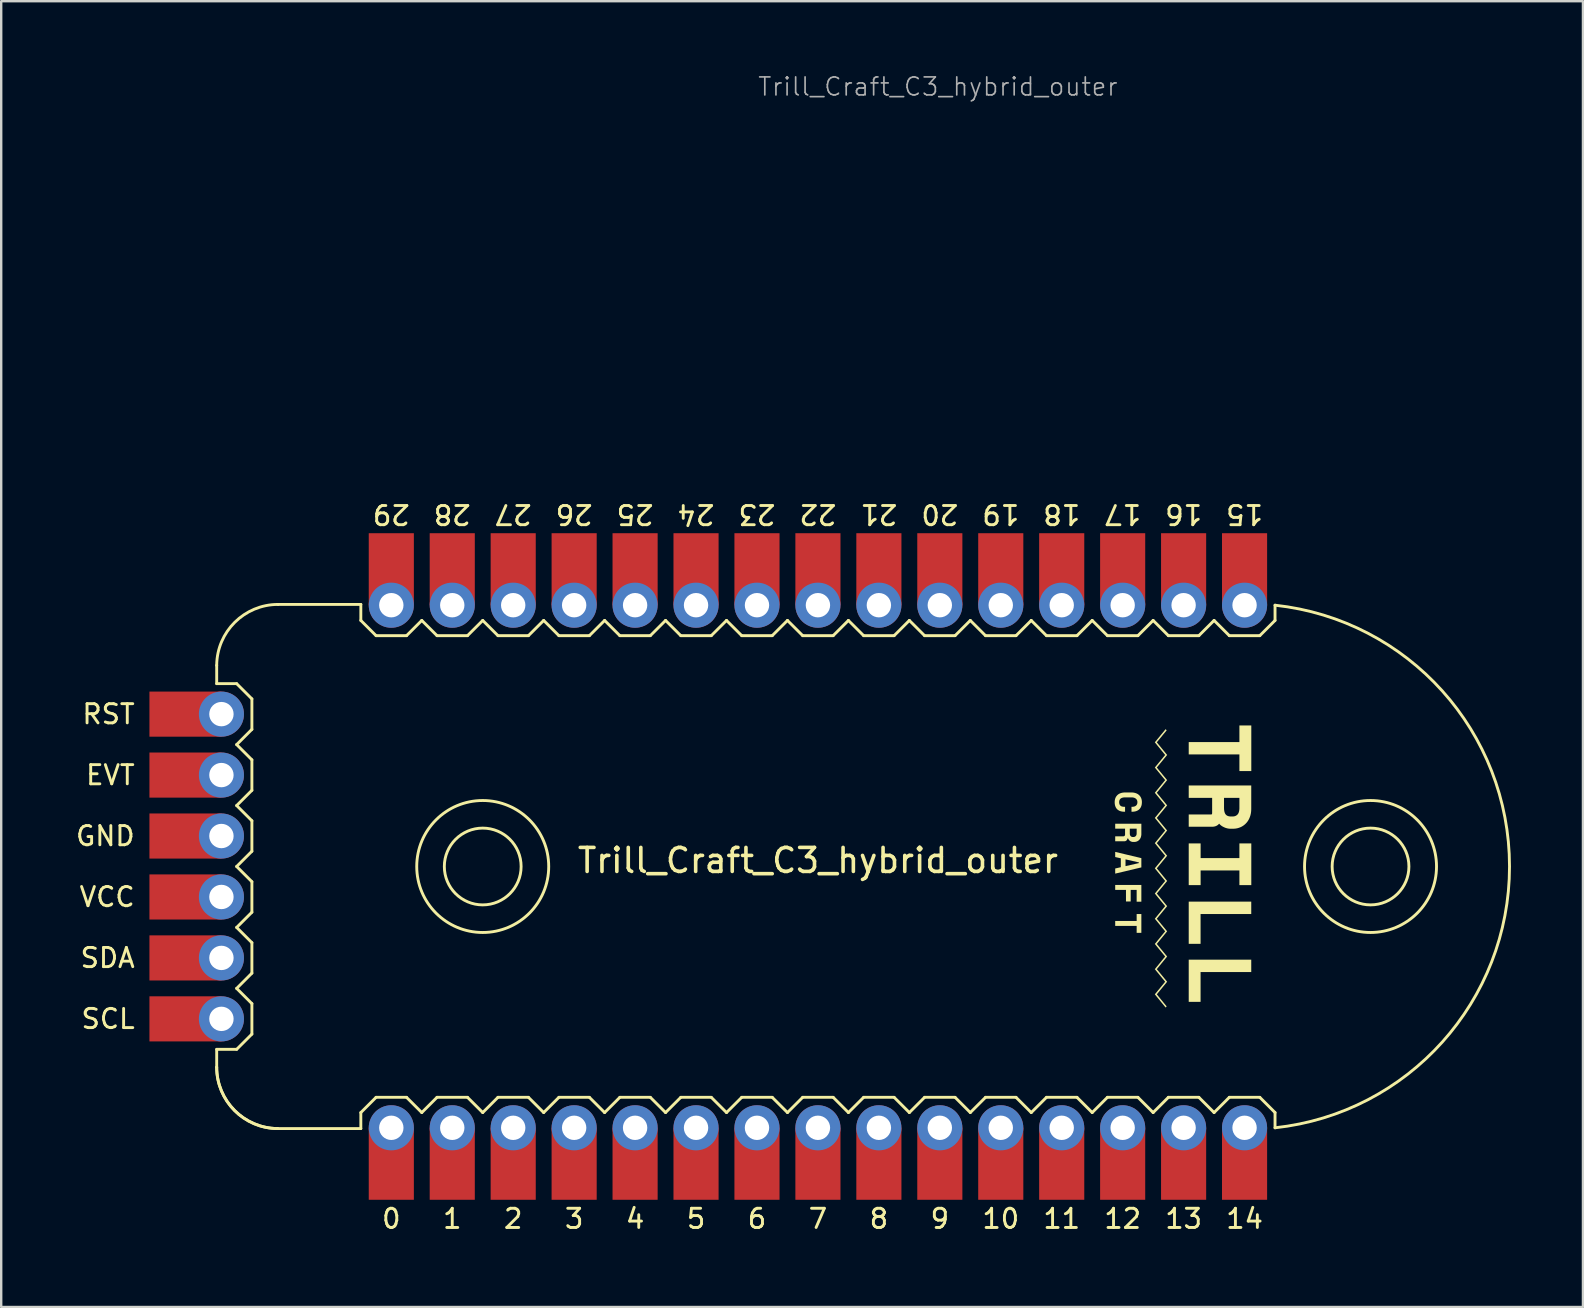
<source format=kicad_pcb>
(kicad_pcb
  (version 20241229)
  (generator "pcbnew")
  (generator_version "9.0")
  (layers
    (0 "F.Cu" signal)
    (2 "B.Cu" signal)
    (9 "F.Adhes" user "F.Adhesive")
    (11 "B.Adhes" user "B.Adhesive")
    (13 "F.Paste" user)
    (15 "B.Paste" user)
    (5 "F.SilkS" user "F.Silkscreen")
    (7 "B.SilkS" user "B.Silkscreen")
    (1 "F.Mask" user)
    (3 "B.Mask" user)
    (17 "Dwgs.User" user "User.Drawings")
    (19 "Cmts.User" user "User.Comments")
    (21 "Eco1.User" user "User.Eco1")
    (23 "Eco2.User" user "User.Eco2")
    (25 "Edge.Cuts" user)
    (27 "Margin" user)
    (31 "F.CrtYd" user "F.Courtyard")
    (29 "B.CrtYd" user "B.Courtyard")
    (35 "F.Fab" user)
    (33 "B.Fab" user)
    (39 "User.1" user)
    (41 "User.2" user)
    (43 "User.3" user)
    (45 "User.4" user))
  (footprint "Trill_Craft_C3_hybrid_outer"
    (layer "F.Cu")
    (at 31.038 33.062)
    (property "Reference" "Trill_Craft_C3_hybrid_outer" (at 0 -0.25 0) (unlocked yes) (layer "F.SilkS") (effects (font (size 1 1) (thickness 0.15))))
    (attr through_hole)
    (fp_line (start -25.057 -8.382) (end -25.057 -7.62) (stroke (width 0.12) (type default)) (layer "F.SilkS"))
    (fp_line (start -25.057 7.62) (end -25.057 8.364) (stroke (width 0.12) (type default)) (layer "F.SilkS"))
    (fp_line (start -24.225 -7.62) (end -25.057 -7.62) (stroke (width 0.12) (type solid)) (layer "F.SilkS"))
    (fp_line (start -24.225 -5.08) (end -23.59 -4.445) (stroke (width 0.12) (type solid)) (layer "F.SilkS"))
    (fp_line (start -24.225 -2.54) (end -23.59 -1.905) (stroke (width 0.12) (type solid)) (layer "F.SilkS"))
    (fp_line (start -24.225 2.54) (end -23.59 3.175) (stroke (width 0.12) (type solid)) (layer "F.SilkS"))
    (fp_line (start -24.225 5.08) (end -23.59 5.715) (stroke (width 0.12) (type solid)) (layer "F.SilkS"))
    (fp_line (start -24.225 7.62) (end -25.057 7.62) (stroke (width 0.12) (type solid)) (layer "F.SilkS"))
    (fp_line (start -23.59 -6.985) (end -24.225 -7.62) (stroke (width 0.12) (type solid)) (layer "F.SilkS"))
    (fp_line (start -23.59 -6.985) (end -23.59 -5.715) (stroke (width 0.12) (type solid)) (layer "F.SilkS"))
    (fp_line (start -23.59 -5.715) (end -24.225 -5.08) (stroke (width 0.12) (type solid)) (layer "F.SilkS"))
    (fp_line (start -23.59 -4.445) (end -23.59 -3.175) (stroke (width 0.12) (type solid)) (layer "F.SilkS"))
    (fp_line (start -23.59 -3.175) (end -24.225 -2.54) (stroke (width 0.12) (type solid)) (layer "F.SilkS"))
    (fp_line (start -23.59 -1.905) (end -23.59 -0.635) (stroke (width 0.12) (type solid)) (layer "F.SilkS"))
    (fp_line (start -23.59 -0.635) (end -24.225 0) (stroke (width 0.12) (type solid)) (layer "F.SilkS"))
    (fp_line (start -23.59 0.635) (end -24.225 0) (stroke (width 0.12) (type solid)) (layer "F.SilkS"))
    (fp_line (start -23.59 0.635) (end -23.59 1.905) (stroke (width 0.12) (type solid)) (layer "F.SilkS"))
    (fp_line (start -23.59 1.905) (end -24.225 2.54) (stroke (width 0.12) (type solid)) (layer "F.SilkS"))
    (fp_line (start -23.59 3.175) (end -23.59 4.445) (stroke (width 0.12) (type solid)) (layer "F.SilkS"))
    (fp_line (start -23.59 4.445) (end -24.225 5.08) (stroke (width 0.12) (type solid)) (layer "F.SilkS"))
    (fp_line (start -23.59 5.715) (end -23.59 6.985) (stroke (width 0.12) (type solid)) (layer "F.SilkS"))
    (fp_line (start -23.59 6.985) (end -24.225 7.62) (stroke (width 0.12) (type solid)) (layer "F.SilkS"))
    (fp_line (start -22.517 10.922) (end -19.05 10.922) (stroke (width 0.12) (type solid)) (layer "F.SilkS"))
    (fp_line (start -22.499 -10.922) (end -19.05 -10.922) (stroke (width 0.12) (type solid)) (layer "F.SilkS"))
    (fp_line (start -19.05 -10.255) (end -19.05 -10.922) (stroke (width 0.12) (type solid)) (layer "F.SilkS"))
    (fp_line (start -19.05 10.255) (end -19.05 10.922) (stroke (width 0.12) (type solid)) (layer "F.SilkS"))
    (fp_line (start -18.415 -9.62) (end -19.05 -10.255) (stroke (width 0.12) (type solid)) (layer "F.SilkS"))
    (fp_line (start -18.415 9.62) (end -19.05 10.255) (stroke (width 0.12) (type solid)) (layer "F.SilkS"))
    (fp_line (start -18.415 9.62) (end -17.145 9.62) (stroke (width 0.12) (type solid)) (layer "F.SilkS"))
    (fp_line (start -17.145 -9.62) (end -18.415 -9.62) (stroke (width 0.12) (type solid)) (layer "F.SilkS"))
    (fp_line (start -17.145 9.62) (end -16.51 10.255) (stroke (width 0.12) (type solid)) (layer "F.SilkS"))
    (fp_line (start -16.51 -10.255) (end -17.145 -9.62) (stroke (width 0.12) (type solid)) (layer "F.SilkS"))
    (fp_line (start -16.51 10.255) (end -15.875 9.62) (stroke (width 0.12) (type solid)) (layer "F.SilkS"))
    (fp_line (start -15.875 -9.62) (end -16.51 -10.255) (stroke (width 0.12) (type solid)) (layer "F.SilkS"))
    (fp_line (start -15.875 9.62) (end -14.605 9.62) (stroke (width 0.12) (type solid)) (layer "F.SilkS"))
    (fp_line (start -14.605 -9.62) (end -15.875 -9.62) (stroke (width 0.12) (type solid)) (layer "F.SilkS"))
    (fp_line (start -14.605 9.62) (end -13.97 10.255) (stroke (width 0.12) (type solid)) (layer "F.SilkS"))
    (fp_line (start -13.97 -10.255) (end -14.605 -9.62) (stroke (width 0.12) (type solid)) (layer "F.SilkS"))
    (fp_line (start -13.97 10.255) (end -13.335 9.62) (stroke (width 0.12) (type solid)) (layer "F.SilkS"))
    (fp_line (start -13.335 -9.62) (end -13.97 -10.255) (stroke (width 0.12) (type solid)) (layer "F.SilkS"))
    (fp_line (start -13.335 9.62) (end -12.065 9.62) (stroke (width 0.12) (type solid)) (layer "F.SilkS"))
    (fp_line (start -12.065 -9.62) (end -13.335 -9.62) (stroke (width 0.12) (type solid)) (layer "F.SilkS"))
    (fp_line (start -12.065 9.62) (end -11.43 10.255) (stroke (width 0.12) (type solid)) (layer "F.SilkS"))
    (fp_line (start -11.43 -10.255) (end -12.065 -9.62) (stroke (width 0.12) (type solid)) (layer "F.SilkS"))
    (fp_line (start -10.795 -9.62) (end -11.43 -10.255) (stroke (width 0.12) (type solid)) (layer "F.SilkS"))
    (fp_line (start -10.795 9.62) (end -11.43 10.255) (stroke (width 0.12) (type solid)) (layer "F.SilkS"))
    (fp_line (start -10.795 9.62) (end -9.525 9.62) (stroke (width 0.12) (type solid)) (layer "F.SilkS"))
    (fp_line (start -9.525 -9.62) (end -10.795 -9.62) (stroke (width 0.12) (type solid)) (layer "F.SilkS"))
    (fp_line (start -9.525 9.62) (end -8.89 10.255) (stroke (width 0.12) (type solid)) (layer "F.SilkS"))
    (fp_line (start -8.89 -10.255) (end -9.525 -9.62) (stroke (width 0.12) (type solid)) (layer "F.SilkS"))
    (fp_line (start -8.89 10.255) (end -8.255 9.62) (stroke (width 0.12) (type solid)) (layer "F.SilkS"))
    (fp_line (start -8.255 -9.62) (end -8.89 -10.255) (stroke (width 0.12) (type solid)) (layer "F.SilkS"))
    (fp_line (start -8.255 9.62) (end -6.985 9.62) (stroke (width 0.12) (type solid)) (layer "F.SilkS"))
    (fp_line (start -6.985 -9.62) (end -8.255 -9.62) (stroke (width 0.12) (type solid)) (layer "F.SilkS"))
    (fp_line (start -6.985 -9.62) (end -6.35 -10.255) (stroke (width 0.12) (type solid)) (layer "F.SilkS"))
    (fp_line (start -6.985 9.62) (end -6.35 10.255) (stroke (width 0.12) (type solid)) (layer "F.SilkS"))
    (fp_line (start -6.35 10.255) (end -5.715 9.62) (stroke (width 0.12) (type solid)) (layer "F.SilkS"))
    (fp_line (start -5.715 -9.62) (end -6.35 -10.255) (stroke (width 0.12) (type solid)) (layer "F.SilkS"))
    (fp_line (start -5.715 9.62) (end -4.445 9.62) (stroke (width 0.12) (type solid)) (layer "F.SilkS"))
    (fp_line (start -4.445 -9.62) (end -5.715 -9.62) (stroke (width 0.12) (type solid)) (layer "F.SilkS"))
    (fp_line (start -4.445 9.62) (end -3.81 10.255) (stroke (width 0.12) (type solid)) (layer "F.SilkS"))
    (fp_line (start -3.81 -10.255) (end -4.445 -9.62) (stroke (width 0.12) (type solid)) (layer "F.SilkS"))
    (fp_line (start -3.175 -9.62) (end -3.81 -10.255) (stroke (width 0.12) (type solid)) (layer "F.SilkS"))
    (fp_line (start -3.175 9.62) (end -3.81 10.255) (stroke (width 0.12) (type solid)) (layer "F.SilkS"))
    (fp_line (start -3.175 9.62) (end -1.905 9.62) (stroke (width 0.12) (type solid)) (layer "F.SilkS"))
    (fp_line (start -1.905 -9.62) (end -3.175 -9.62) (stroke (width 0.12) (type solid)) (layer "F.SilkS"))
    (fp_line (start -1.905 9.62) (end -1.27 10.255) (stroke (width 0.12) (type solid)) (layer "F.SilkS"))
    (fp_line (start -1.27 -10.255) (end -1.905 -9.62) (stroke (width 0.12) (type solid)) (layer "F.SilkS"))
    (fp_line (start -0.635 -9.62) (end -1.27 -10.255) (stroke (width 0.12) (type solid)) (layer "F.SilkS"))
    (fp_line (start -0.635 9.62) (end -1.27 10.255) (stroke (width 0.12) (type solid)) (layer "F.SilkS"))
    (fp_line (start -0.635 9.62) (end 0.635 9.62) (stroke (width 0.12) (type solid)) (layer "F.SilkS"))
    (fp_line (start 0.635 -9.62) (end -0.635 -9.62) (stroke (width 0.12) (type solid)) (layer "F.SilkS"))
    (fp_line (start 0.635 -9.62) (end 1.27 -10.255) (stroke (width 0.12) (type solid)) (layer "F.SilkS"))
    (fp_line (start 0.635 9.62) (end 1.27 10.255) (stroke (width 0.12) (type solid)) (layer "F.SilkS"))
    (fp_line (start 1.27 10.255) (end 1.905 9.62) (stroke (width 0.12) (type solid)) (layer "F.SilkS"))
    (fp_line (start 1.905 -9.62) (end 1.27 -10.255) (stroke (width 0.12) (type solid)) (layer "F.SilkS"))
    (fp_line (start 1.905 9.62) (end 3.175 9.62) (stroke (width 0.12) (type solid)) (layer "F.SilkS"))
    (fp_line (start 3.175 -9.62) (end 1.905 -9.62) (stroke (width 0.12) (type solid)) (layer "F.SilkS"))
    (fp_line (start 3.175 -9.62) (end 3.81 -10.255) (stroke (width 0.12) (type solid)) (layer "F.SilkS"))
    (fp_line (start 3.175 9.62) (end 3.81 10.255) (stroke (width 0.12) (type solid)) (layer "F.SilkS"))
    (fp_line (start 3.81 10.255) (end 4.445 9.62) (stroke (width 0.12) (type solid)) (layer "F.SilkS"))
    (fp_line (start 4.445 -9.62) (end 3.81 -10.255) (stroke (width 0.12) (type solid)) (layer "F.SilkS"))
    (fp_line (start 4.445 9.62) (end 5.715 9.62) (stroke (width 0.12) (type solid)) (layer "F.SilkS"))
    (fp_line (start 5.715 -9.62) (end 4.445 -9.62) (stroke (width 0.12) (type solid)) (layer "F.SilkS"))
    (fp_line (start 5.715 9.62) (end 6.35 10.255) (stroke (width 0.12) (type solid)) (layer "F.SilkS"))
    (fp_line (start 6.35 -10.255) (end 5.715 -9.62) (stroke (width 0.12) (type solid)) (layer "F.SilkS"))
    (fp_line (start 6.985 -9.62) (end 6.35 -10.255) (stroke (width 0.12) (type solid)) (layer "F.SilkS"))
    (fp_line (start 6.985 9.62) (end 6.35 10.255) (stroke (width 0.12) (type solid)) (layer "F.SilkS"))
    (fp_line (start 6.985 9.62) (end 8.255 9.62) (stroke (width 0.12) (type solid)) (layer "F.SilkS"))
    (fp_line (start 8.255 -9.62) (end 6.985 -9.62) (stroke (width 0.12) (type solid)) (layer "F.SilkS"))
    (fp_line (start 8.255 9.62) (end 8.89 10.255) (stroke (width 0.12) (type solid)) (layer "F.SilkS"))
    (fp_line (start 8.89 -10.255) (end 8.255 -9.62) (stroke (width 0.12) (type solid)) (layer "F.SilkS"))
    (fp_line (start 8.89 10.255) (end 9.525 9.62) (stroke (width 0.12) (type solid)) (layer "F.SilkS"))
    (fp_line (start 9.525 -9.62) (end 8.89 -10.255) (stroke (width 0.12) (type solid)) (layer "F.SilkS"))
    (fp_line (start 9.525 9.62) (end 10.795 9.62) (stroke (width 0.12) (type solid)) (layer "F.SilkS"))
    (fp_line (start 10.795 -9.62) (end 9.525 -9.62) (stroke (width 0.12) (type solid)) (layer "F.SilkS"))
    (fp_line (start 10.795 -9.62) (end 11.43 -10.255) (stroke (width 0.12) (type solid)) (layer "F.SilkS"))
    (fp_line (start 10.795 9.62) (end 11.43 10.255) (stroke (width 0.12) (type solid)) (layer "F.SilkS"))
    (fp_line (start 11.43 10.255) (end 12.065 9.62) (stroke (width 0.12) (type solid)) (layer "F.SilkS"))
    (fp_line (start 12.065 -9.62) (end 11.43 -10.255) (stroke (width 0.12) (type solid)) (layer "F.SilkS"))
    (fp_line (start 12.065 9.62) (end 13.335 9.62) (stroke (width 0.12) (type solid)) (layer "F.SilkS"))
    (fp_line (start 13.335 -9.62) (end 12.065 -9.62) (stroke (width 0.12) (type solid)) (layer "F.SilkS"))
    (fp_line (start 13.335 9.62) (end 13.97 10.255) (stroke (width 0.12) (type solid)) (layer "F.SilkS"))
    (fp_line (start 13.97 -10.255) (end 13.335 -9.62) (stroke (width 0.12) (type solid)) (layer "F.SilkS"))
    (fp_line (start 13.97 10.255) (end 14.605 9.62) (stroke (width 0.12) (type solid)) (layer "F.SilkS"))
    (fp_line (start 14.605 -9.62) (end 13.97 -10.255) (stroke (width 0.12) (type solid)) (layer "F.SilkS"))
    (fp_line (start 14.605 9.62) (end 15.875 9.62) (stroke (width 0.12) (type solid)) (layer "F.SilkS"))
    (fp_line (start 15.875 -9.62) (end 14.605 -9.62) (stroke (width 0.12) (type solid)) (layer "F.SilkS"))
    (fp_line (start 15.875 9.62) (end 16.51 10.255) (stroke (width 0.12) (type solid)) (layer "F.SilkS"))
    (fp_line (start 16.51 -10.255) (end 15.875 -9.62) (stroke (width 0.12) (type solid)) (layer "F.SilkS"))
    (fp_line (start 16.51 10.255) (end 17.145 9.62) (stroke (width 0.12) (type solid)) (layer "F.SilkS"))
    (fp_line (start 17.145 -9.62) (end 16.51 -10.255) (stroke (width 0.12) (type solid)) (layer "F.SilkS"))
    (fp_line (start 17.145 9.62) (end 18.415 9.62) (stroke (width 0.12) (type solid)) (layer "F.SilkS"))
    (fp_line (start 18.415 -9.62) (end 17.145 -9.62) (stroke (width 0.12) (type solid)) (layer "F.SilkS"))
    (fp_line (start 18.415 -9.62) (end 19.05 -10.255) (stroke (width 0.12) (type solid)) (layer "F.SilkS"))
    (fp_line (start 18.415 9.62) (end 19.05 10.255) (stroke (width 0.12) (type solid)) (layer "F.SilkS"))
    (fp_line (start 19.05 -10.255) (end 19.05 -10.89) (stroke (width 0.12) (type solid)) (layer "F.SilkS"))
    (fp_line (start 19.05 10.255) (end 19.05 10.89) (stroke (width 0.12) (type solid)) (layer "F.SilkS"))
    (fp_arc (start -25.0571 -8.382) (mid -24.301485 -10.17914) (end -22.499034 -10.922) (stroke (width 0.12) (type solid)) (layer "F.SilkS"))
    (fp_arc (start -22.5171 10.922) (mid -24.31424 10.166385) (end -25.0571 8.363934) (stroke (width 0.12) (type solid)) (layer "F.SilkS"))
    (fp_arc (start -22.5171 10.922) (mid -24.31424 10.166385) (end -25.0571 8.363934) (stroke (width 0.12) (type solid)) (layer "F.SilkS"))
    (fp_arc (start 19.05 -10.89) (mid 28.822762 0) (end 19.05 10.89) (stroke (width 0.12) (type solid)) (layer "F.SilkS"))
    (fp_circle (center -13.97 0) (end -12.37 0) (stroke (width 0.12) (type solid)) (fill no) (layer "F.SilkS"))
    (fp_circle (center -13.97 0) (end -11.22 0) (stroke (width 0.12) (type solid)) (fill no) (layer "F.SilkS"))
    (fp_circle (center 23.03 0) (end 24.63 0) (stroke (width 0.12) (type solid)) (fill no) (layer "F.SilkS"))
    (fp_circle (center 23.03 0) (end 25.78 0) (stroke (width 0.12) (type solid)) (fill no) (layer "F.SilkS"))
    (fp_poly (pts (xy 15.453 -4.671) (xy 15.453 -4.671) (xy 15.453 -4.669)) (stroke (width 0) (type solid)) (fill yes) (layer "F.SilkS"))
    (fp_poly (pts (xy 15.947 1.981) (xy 15.947 3.223) (xy 15.453 3.223) (xy 15.453 1.464) (xy 18.059 1.464) (xy 18.059 1.981)) (stroke (width 0) (type solid)) (fill yes) (layer "F.SilkS"))
    (fp_poly (pts (xy 15.947 4.399) (xy 15.947 5.641) (xy 15.453 5.641) (xy 15.453 3.883) (xy 18.059 3.883) (xy 18.059 4.399)) (stroke (width 0) (type solid)) (fill yes) (layer "F.SilkS"))
    (fp_poly (pts (xy 17.565 -3.977) (xy 17.565 -4.671) (xy 15.453 -4.671) (xy 15.453 -5.185) (xy 17.565 -5.185) (xy 17.565 -5.878) (xy 18.061 -5.878) (xy 18.061 -3.977)) (stroke (width 0) (type solid)) (fill yes) (layer "F.SilkS"))
    (fp_poly (pts (xy 13.283 2.765) (xy 13.283 2.476) (xy 12.389 2.476) (xy 12.389 2.27) (xy 13.283 2.27) (xy 13.283 1.981) (xy 13.479 1.981) (xy 13.479 1.981) (xy 13.479 2.765)) (stroke (width 0) (type solid)) (fill yes) (layer "F.SilkS"))
    (fp_poly (pts (xy 13.283 1.467) (xy 13.283 0.975) (xy 13.034 0.975) (xy 13.034 1.458) (xy 12.838 1.458) (xy 12.838 0.975) (xy 12.389 0.975) (xy 12.389 0.769) (xy 13.479 0.769) (xy 13.479 1.467)) (stroke (width 0) (type solid)) (fill yes) (layer "F.SilkS"))
    (fp_poly (pts (xy 17.565 0.776) (xy 17.565 0.165) (xy 15.949 0.165) (xy 15.949 0.776) (xy 15.453 0.776) (xy 15.453 -0.962) (xy 15.949 -0.962) (xy 15.949 -0.35) (xy 17.565 -0.35) (xy 17.565 -0.962) (xy 18.061 -0.962) (xy 18.061 0.776)) (stroke (width 0) (type solid)) (fill yes) (layer "F.SilkS"))
    (fp_poly (pts (xy 12.389 0.297) (xy 12.389 0.083) (xy 12.623 0.03) (xy 12.623 -0.341) (xy 12.389 -0.394) (xy 12.389 -0.609) (xy 12.819 -0.506) (xy 12.819 -0.297) (xy 12.819 -0.015) (xy 13.376 -0.142) (xy 13.376 -0.17) (xy 12.819 -0.297) (xy 12.819 -0.506) (xy 13.479 -0.349) (xy 13.479 0.038)) (stroke (width 0) (type solid)) (fill yes) (layer "F.SilkS"))
    (fp_poly (pts (xy 14.123 5.328) (xy 14.534 5.831) (xy 14.491 5.878) (xy 14.04 5.328) (xy 14.471 4.803) (xy 14.04 4.279) (xy 14.471 3.752) (xy 14.04 3.228) (xy 14.471 2.702) (xy 14.04 2.177) (xy 14.471 1.652) (xy 14.04 1.127) (xy 14.471 0.603) (xy 14.04 0.076) (xy 14.471 -0.448) (xy 14.04 -0.973) (xy 14.471 -1.499) (xy 14.04 -2.024) (xy 14.471 -2.548) (xy 14.04 -3.073) (xy 14.471 -3.6) (xy 14.04 -4.124) (xy 14.471 -4.648) (xy 14.04 -5.175) (xy 14.491 -5.724) (xy 14.534 -5.675) (xy 14.123 -5.175) (xy 14.554 -4.648) (xy 14.123 -4.124) (xy 14.554 -3.6) (xy 14.123 -3.073) (xy 14.554 -2.548) (xy 14.123 -2.024) (xy 14.554 -1.499) (xy 14.123 -0.973) (xy 14.554 -0.448) (xy 14.123 0.076) (xy 14.554 0.603) (xy 14.123 1.127) (xy 14.554 1.652) (xy 14.123 2.177) (xy 14.554 2.702) (xy 14.123 3.228) (xy 14.554 3.752) (xy 14.123 4.279) (xy 14.554 4.803)) (stroke (width 0) (type solid)) (fill yes) (layer "F.SilkS"))
    (fp_poly (pts (xy 18.058 -2.364) (xy 18.055 -2.315) (xy 18.051 -2.267) (xy 18.047 -2.244) (xy 18.044 -2.221) (xy 18.04 -2.199) (xy 18.035 -2.177) (xy 18.03 -2.155) (xy 18.025 -2.134) (xy 18.019 -2.114) (xy 18.012 -2.093) (xy 18.005 -2.074) (xy 17.998 -2.054) (xy 17.99 -2.035) (xy 17.982 -2.015) (xy 17.974 -1.997) (xy 17.965 -1.978) (xy 17.956 -1.96) (xy 17.946 -1.943) (xy 17.936 -1.926) (xy 17.926 -1.909) (xy 17.916 -1.893) (xy 17.905 -1.877) (xy 17.893 -1.862) (xy 17.882 -1.847) (xy 17.87 -1.832) (xy 17.857 -1.818) (xy 17.844 -1.804) (xy 17.831 -1.79) (xy 17.818 -1.777) (xy 17.804 -1.764) (xy 17.79 -1.752) (xy 17.776 -1.74) (xy 17.762 -1.728) (xy 17.747 -1.717) (xy 17.732 -1.706) (xy 17.717 -1.696) (xy 17.701 -1.686) (xy 17.686 -1.676) (xy 17.67 -1.667) (xy 17.653 -1.658) (xy 17.637 -1.65) (xy 17.62 -1.642) (xy 17.603 -1.635) (xy 17.585 -1.628) (xy 17.568 -1.621) (xy 17.551 -1.615) (xy 17.533 -1.609) (xy 17.516 -1.604) (xy 17.498 -1.599) (xy 17.48 -1.594) (xy 17.462 -1.59) (xy 17.444 -1.587) (xy 17.426 -1.584) (xy 17.408 -1.581) (xy 17.389 -1.579) (xy 17.371 -1.577) (xy 17.352 -1.576) (xy 17.334 -1.575) (xy 17.315 -1.574) (xy 17.296 -1.574) (xy 17.195 -1.574) (xy 17.175 -1.574) (xy 17.155 -1.575) (xy 17.135 -1.577) (xy 17.114 -1.579) (xy 17.094 -1.583) (xy 17.074 -1.586) (xy 17.054 -1.591) (xy 17.034 -1.596) (xy 17.014 -1.602) (xy 16.994 -1.608) (xy 16.974 -1.615) (xy 16.954 -1.623) (xy 16.934 -1.632) (xy 16.914 -1.641) (xy 16.894 -1.651) (xy 16.874 -1.662) (xy 16.863 -1.668) (xy 16.852 -1.674) (xy 16.841 -1.681) (xy 16.831 -1.688) (xy 16.821 -1.695) (xy 16.811 -1.702) (xy 16.801 -1.709) (xy 16.791 -1.717) (xy 16.782 -1.725) (xy 16.773 -1.733) (xy 16.764 -1.741) (xy 16.755 -1.75) (xy 16.746 -1.758) (xy 16.738 -1.767) (xy 16.729 -1.776) (xy 16.721 -1.786) (xy 16.717 -1.78) (xy 16.712 -1.775) (xy 16.707 -1.77) (xy 16.702 -1.764) (xy 16.697 -1.759) (xy 16.691 -1.754) (xy 16.681 -1.743) (xy 16.668 -1.733) (xy 16.655 -1.723) (xy 16.642 -1.714) (xy 16.628 -1.706) (xy 16.613 -1.698) (xy 16.598 -1.691) (xy 16.583 -1.684) (xy 16.566 -1.678) (xy 16.55 -1.673) (xy 16.533 -1.669) (xy 16.515 -1.665) (xy 16.497 -1.662) (xy 16.479 -1.659) (xy 16.46 -1.658) (xy 16.44 -1.657) (xy 16.42 -1.656) (xy 15.453 -1.656) (xy 15.453 -1.652) (xy 15.453 -1.652) (xy 15.453 -2.168) (xy 16.362 -2.168) (xy 16.367 -2.168) (xy 16.372 -2.168) (xy 16.377 -2.168) (xy 16.381 -2.168) (xy 16.386 -2.169) (xy 16.39 -2.169) (xy 16.394 -2.17) (xy 16.398 -2.171) (xy 16.401 -2.171) (xy 16.405 -2.172) (xy 16.408 -2.173) (xy 16.411 -2.175) (xy 16.414 -2.176) (xy 16.416 -2.177) (xy 16.418 -2.179) (xy 16.42 -2.18) (xy 16.421 -2.182) (xy 16.422 -2.186) (xy 16.423 -2.188) (xy 16.424 -2.191) (xy 16.424 -2.194) (xy 16.425 -2.197) (xy 16.426 -2.201) (xy 16.426 -2.205) (xy 16.427 -2.209) (xy 16.427 -2.214) (xy 16.428 -2.219) (xy 16.428 -2.225) (xy 16.428 -2.231) (xy 16.429 -2.237) (xy 16.429 -2.861) (xy 15.453 -2.861) (xy 15.453 -3.378) (xy 16.924 -3.378) (xy 16.924 -2.86) (xy 16.924 -2.444) (xy 16.925 -2.42) (xy 16.925 -2.397) (xy 16.927 -2.375) (xy 16.929 -2.354) (xy 16.932 -2.333) (xy 16.935 -2.313) (xy 16.939 -2.294) (xy 16.943 -2.276) (xy 16.948 -2.259) (xy 16.954 -2.242) (xy 16.96 -2.227) (xy 16.967 -2.212) (xy 16.974 -2.198) (xy 16.982 -2.185) (xy 16.991 -2.173) (xy 17 -2.162) (xy 17.009 -2.153) (xy 17.018 -2.144) (xy 17.029 -2.135) (xy 17.04 -2.128) (xy 17.051 -2.121) (xy 17.063 -2.114) (xy 17.076 -2.109) (xy 17.089 -2.104) (xy 17.103 -2.099) (xy 17.117 -2.095) (xy 17.132 -2.092) (xy 17.148 -2.089) (xy 17.165 -2.087) (xy 17.182 -2.086) (xy 17.199 -2.085) (xy 17.218 -2.084) (xy 17.279 -2.084) (xy 17.295 -2.085) (xy 17.311 -2.086) (xy 17.326 -2.087) (xy 17.34 -2.09) (xy 17.355 -2.092) (xy 17.369 -2.096) (xy 17.382 -2.1) (xy 17.395 -2.105) (xy 17.408 -2.11) (xy 17.42 -2.116) (xy 17.432 -2.123) (xy 17.443 -2.13) (xy 17.454 -2.138) (xy 17.465 -2.147) (xy 17.476 -2.156) (xy 17.486 -2.166) (xy 17.495 -2.177) (xy 17.504 -2.189) (xy 17.513 -2.201) (xy 17.52 -2.215) (xy 17.528 -2.229) (xy 17.534 -2.245) (xy 17.54 -2.261) (xy 17.545 -2.278) (xy 17.55 -2.296) (xy 17.554 -2.315) (xy 17.557 -2.334) (xy 17.56 -2.355) (xy 17.562 -2.376) (xy 17.564 -2.398) (xy 17.565 -2.421) (xy 17.565 -2.444) (xy 17.565 -2.86) (xy 16.924 -2.86) (xy 16.924 -3.378) (xy 18.059 -3.378) (xy 18.059 -2.414)) (stroke (width 0) (type solid)) (fill yes) (layer "F.SilkS"))
    (fp_poly (pts (xy 13.479 -1.345) (xy 13.478 -1.325) (xy 13.476 -1.305) (xy 13.473 -1.286) (xy 13.47 -1.268) (xy 13.468 -1.259) (xy 13.466 -1.251) (xy 13.464 -1.242) (xy 13.461 -1.234) (xy 13.459 -1.226) (xy 13.456 -1.218) (xy 13.453 -1.21) (xy 13.45 -1.202) (xy 13.447 -1.194) (xy 13.443 -1.187) (xy 13.44 -1.18) (xy 13.436 -1.173) (xy 13.432 -1.166) (xy 13.428 -1.159) (xy 13.424 -1.152) (xy 13.42 -1.146) (xy 13.415 -1.14) (xy 13.411 -1.134) (xy 13.406 -1.128) (xy 13.401 -1.122) (xy 13.396 -1.116) (xy 13.391 -1.111) (xy 13.386 -1.106) (xy 13.381 -1.101) (xy 13.375 -1.096) (xy 13.37 -1.091) (xy 13.364 -1.086) (xy 13.359 -1.082) (xy 13.353 -1.077) (xy 13.347 -1.073) (xy 13.341 -1.069) (xy 13.335 -1.065) (xy 13.328 -1.062) (xy 13.322 -1.058) (xy 13.315 -1.055) (xy 13.309 -1.051) (xy 13.302 -1.048) (xy 13.296 -1.045) (xy 13.289 -1.043) (xy 13.282 -1.04) (xy 13.275 -1.038) (xy 13.268 -1.036) (xy 13.261 -1.034) (xy 13.254 -1.032) (xy 13.246 -1.03) (xy 13.239 -1.029) (xy 13.232 -1.027) (xy 13.224 -1.026) (xy 13.217 -1.025) (xy 13.209 -1.024) (xy 13.202 -1.024) (xy 13.194 -1.023) (xy 13.186 -1.023) (xy 13.179 -1.023) (xy 13.141 -1.023) (xy 13.133 -1.023) (xy 13.125 -1.023) (xy 13.117 -1.024) (xy 13.108 -1.025) (xy 13.1 -1.026) (xy 13.092 -1.028) (xy 13.084 -1.03) (xy 13.076 -1.032) (xy 13.069 -1.034) (xy 13.061 -1.037) (xy 13.053 -1.04) (xy 13.046 -1.043) (xy 13.038 -1.047) (xy 13.031 -1.05) (xy 13.023 -1.054) (xy 13.016 -1.059) (xy 13.009 -1.063) (xy 13.002 -1.068) (xy 12.995 -1.074) (xy 12.988 -1.079) (xy 12.982 -1.085) (xy 12.976 -1.091) (xy 12.97 -1.098) (xy 12.964 -1.104) (xy 12.959 -1.111) (xy 12.954 -1.119) (xy 12.949 -1.126) (xy 12.944 -1.134) (xy 12.939 -1.143) (xy 12.935 -1.151) (xy 12.931 -1.16) (xy 12.927 -1.169) (xy 12.898 -1.169) (xy 12.897 -1.163) (xy 12.896 -1.156) (xy 12.895 -1.15) (xy 12.893 -1.143) (xy 12.892 -1.137) (xy 12.889 -1.131) (xy 12.887 -1.126) (xy 12.885 -1.12) (xy 12.882 -1.115) (xy 12.879 -1.11) (xy 12.876 -1.105) (xy 12.872 -1.1) (xy 12.869 -1.095) (xy 12.865 -1.091) (xy 12.861 -1.087) (xy 12.856 -1.083) (xy 12.852 -1.079) (xy 12.847 -1.075) (xy 12.842 -1.072) (xy 12.837 -1.069) (xy 12.832 -1.066) (xy 12.827 -1.063) (xy 12.821 -1.061) (xy 12.816 -1.059) (xy 12.81 -1.057) (xy 12.804 -1.055) (xy 12.798 -1.054) (xy 12.792 -1.053) (xy 12.786 -1.052) (xy 12.779 -1.051) (xy 12.773 -1.051) (xy 12.766 -1.051) (xy 12.389 -1.051) (xy 12.389 -1.256) (xy 12.716 -1.256) (xy 12.721 -1.257) (xy 12.725 -1.257) (xy 12.73 -1.257) (xy 12.734 -1.258) (xy 12.738 -1.258) (xy 12.742 -1.259) (xy 12.746 -1.26) (xy 12.75 -1.261) (xy 12.754 -1.263) (xy 12.757 -1.264) (xy 12.761 -1.266) (xy 12.764 -1.267) (xy 12.768 -1.269) (xy 12.771 -1.271) (xy 12.774 -1.274) (xy 12.777 -1.276) (xy 12.78 -1.278) (xy 12.782 -1.281) (xy 12.785 -1.284) (xy 12.787 -1.287) (xy 12.789 -1.29) (xy 12.791 -1.294) (xy 12.793 -1.298) (xy 12.795 -1.302) (xy 12.796 -1.306) (xy 12.797 -1.31) (xy 12.798 -1.315) (xy 12.799 -1.319) (xy 12.8 -1.324) (xy 12.8 -1.33) (xy 12.8 -1.335) (xy 12.8 -1.34) (xy 12.8 -1.577) (xy 12.389 -1.577) (xy 12.389 -1.783) (xy 12.997 -1.783) (xy 12.997 -1.577) (xy 12.997 -1.381) (xy 12.997 -1.372) (xy 12.997 -1.363) (xy 12.998 -1.354) (xy 12.999 -1.346) (xy 13 -1.338) (xy 13.001 -1.33) (xy 13.003 -1.322) (xy 13.005 -1.315) (xy 13.008 -1.308) (xy 13.01 -1.302) (xy 13.013 -1.295) (xy 13.016 -1.289) (xy 13.02 -1.283) (xy 13.023 -1.278) (xy 13.027 -1.272) (xy 13.032 -1.267) (xy 13.036 -1.263) (xy 13.041 -1.258) (xy 13.046 -1.254) (xy 13.051 -1.25) (xy 13.056 -1.247) (xy 13.062 -1.244) (xy 13.068 -1.241) (xy 13.074 -1.238) (xy 13.08 -1.236) (xy 13.087 -1.234) (xy 13.093 -1.232) (xy 13.1 -1.231) (xy 13.107 -1.23) (xy 13.115 -1.229) (xy 13.122 -1.229) (xy 13.13 -1.229) (xy 13.149 -1.229) (xy 13.156 -1.229) (xy 13.162 -1.229) (xy 13.169 -1.23) (xy 13.175 -1.231) (xy 13.182 -1.232) (xy 13.188 -1.234) (xy 13.194 -1.236) (xy 13.2 -1.238) (xy 13.206 -1.241) (xy 13.211 -1.244) (xy 13.217 -1.247) (xy 13.222 -1.25) (xy 13.228 -1.254) (xy 13.233 -1.258) (xy 13.238 -1.263) (xy 13.243 -1.267) (xy 13.248 -1.272) (xy 13.253 -1.278) (xy 13.257 -1.283) (xy 13.261 -1.289) (xy 13.264 -1.295) (xy 13.267 -1.302) (xy 13.27 -1.308) (xy 13.273 -1.315) (xy 13.275 -1.322) (xy 13.277 -1.33) (xy 13.279 -1.338) (xy 13.281 -1.346) (xy 13.282 -1.354) (xy 13.282 -1.363) (xy 13.283 -1.372) (xy 13.283 -1.381) (xy 13.283 -1.577) (xy 12.997 -1.577) (xy 12.997 -1.783) (xy 13.479 -1.783) (xy 13.479 -1.365)) (stroke (width 0) (type solid)) (fill yes) (layer "F.SilkS"))
    (fp_poly (pts (xy 13.501 -2.657) (xy 13.499 -2.634) (xy 13.497 -2.612) (xy 13.494 -2.59) (xy 13.492 -2.579) (xy 13.49 -2.569) (xy 13.488 -2.559) (xy 13.485 -2.548) (xy 13.483 -2.539) (xy 13.48 -2.529) (xy 13.476 -2.519) (xy 13.473 -2.51) (xy 13.469 -2.501) (xy 13.466 -2.491) (xy 13.462 -2.483) (xy 13.457 -2.474) (xy 13.453 -2.465) (xy 13.449 -2.457) (xy 13.444 -2.449) (xy 13.439 -2.441) (xy 13.434 -2.433) (xy 13.428 -2.426) (xy 13.423 -2.418) (xy 13.417 -2.411) (xy 13.411 -2.404) (xy 13.405 -2.397) (xy 13.399 -2.391) (xy 13.392 -2.384) (xy 13.385 -2.378) (xy 13.379 -2.372) (xy 13.372 -2.366) (xy 13.364 -2.361) (xy 13.357 -2.355) (xy 13.349 -2.35) (xy 13.342 -2.345) (xy 13.334 -2.34) (xy 13.326 -2.336) (xy 13.317 -2.331) (xy 13.309 -2.327) (xy 13.3 -2.323) (xy 13.292 -2.319) (xy 13.283 -2.315) (xy 13.274 -2.311) (xy 13.264 -2.308) (xy 13.255 -2.305) (xy 13.246 -2.302) (xy 13.236 -2.299) (xy 13.226 -2.297) (xy 13.216 -2.295) (xy 13.206 -2.293) (xy 13.196 -2.291) (xy 13.185 -2.289) (xy 13.174 -2.288) (xy 13.164 -2.286) (xy 13.153 -2.285) (xy 13.142 -2.284) (xy 13.119 -2.283) (xy 13.096 -2.283) (xy 13.068 -2.283) (xy 13.068 -2.488) (xy 13.096 -2.488) (xy 13.106 -2.488) (xy 13.116 -2.489) (xy 13.126 -2.489) (xy 13.135 -2.49) (xy 13.145 -2.492) (xy 13.155 -2.493) (xy 13.164 -2.495) (xy 13.174 -2.497) (xy 13.184 -2.5) (xy 13.188 -2.501) (xy 13.193 -2.503) (xy 13.198 -2.504) (xy 13.202 -2.506) (xy 13.207 -2.508) (xy 13.211 -2.51) (xy 13.215 -2.512) (xy 13.22 -2.514) (xy 13.224 -2.516) (xy 13.228 -2.518) (xy 13.232 -2.521) (xy 13.236 -2.523) (xy 13.24 -2.526) (xy 13.244 -2.529) (xy 13.248 -2.531) (xy 13.252 -2.534) (xy 13.256 -2.537) (xy 13.259 -2.54) (xy 13.263 -2.544) (xy 13.266 -2.547) (xy 13.269 -2.551) (xy 13.272 -2.554) (xy 13.276 -2.558) (xy 13.279 -2.562) (xy 13.282 -2.566) (xy 13.284 -2.57) (xy 13.287 -2.574) (xy 13.29 -2.578) (xy 13.292 -2.583) (xy 13.295 -2.587) (xy 13.297 -2.592) (xy 13.299 -2.597) (xy 13.301 -2.602) (xy 13.303 -2.607) (xy 13.305 -2.613) (xy 13.307 -2.618) (xy 13.308 -2.624) (xy 13.309 -2.63) (xy 13.311 -2.636) (xy 13.312 -2.642) (xy 13.312 -2.648) (xy 13.313 -2.654) (xy 13.314 -2.661) (xy 13.314 -2.667) (xy 13.314 -2.674) (xy 13.314 -2.681) (xy 13.314 -2.687) (xy 13.314 -2.694) (xy 13.314 -2.7) (xy 13.313 -2.706) (xy 13.312 -2.712) (xy 13.311 -2.718) (xy 13.311 -2.723) (xy 13.309 -2.729) (xy 13.308 -2.734) (xy 13.307 -2.74) (xy 13.305 -2.745) (xy 13.303 -2.75) (xy 13.301 -2.755) (xy 13.299 -2.76) (xy 13.297 -2.765) (xy 13.295 -2.77) (xy 13.292 -2.774) (xy 13.29 -2.779) (xy 13.287 -2.783) (xy 13.284 -2.788) (xy 13.281 -2.792) (xy 13.278 -2.796) (xy 13.275 -2.8) (xy 13.272 -2.804) (xy 13.269 -2.808) (xy 13.265 -2.812) (xy 13.261 -2.815) (xy 13.258 -2.819) (xy 13.254 -2.822) (xy 13.25 -2.825) (xy 13.246 -2.829) (xy 13.242 -2.832) (xy 13.238 -2.835) (xy 13.233 -2.838) (xy 13.229 -2.841) (xy 13.224 -2.844) (xy 13.22 -2.846) (xy 13.215 -2.849) (xy 13.211 -2.851) (xy 13.206 -2.854) (xy 13.201 -2.856) (xy 13.196 -2.858) (xy 13.191 -2.86) (xy 13.185 -2.862) (xy 13.18 -2.864) (xy 13.175 -2.866) (xy 13.169 -2.867) (xy 13.164 -2.869) (xy 13.153 -2.872) (xy 13.142 -2.874) (xy 13.13 -2.876) (xy 13.119 -2.877) (xy 13.107 -2.879) (xy 13.095 -2.88) (xy 13.083 -2.88) (xy 13.071 -2.88) (xy 12.797 -2.88) (xy 12.784 -2.88) (xy 12.772 -2.88) (xy 12.759 -2.879) (xy 12.747 -2.878) (xy 12.735 -2.876) (xy 12.723 -2.874) (xy 12.711 -2.872) (xy 12.7 -2.869) (xy 12.695 -2.868) (xy 12.689 -2.866) (xy 12.684 -2.865) (xy 12.679 -2.863) (xy 12.674 -2.861) (xy 12.668 -2.86) (xy 12.664 -2.858) (xy 12.659 -2.856) (xy 12.654 -2.853) (xy 12.649 -2.851) (xy 12.645 -2.849) (xy 12.64 -2.846) (xy 12.636 -2.844) (xy 12.631 -2.841) (xy 12.627 -2.838) (xy 12.623 -2.836) (xy 12.619 -2.832) (xy 12.615 -2.829) (xy 12.611 -2.826) (xy 12.608 -2.823) (xy 12.604 -2.819) (xy 12.601 -2.816) (xy 12.597 -2.812) (xy 12.594 -2.808) (xy 12.591 -2.804) (xy 12.588 -2.8) (xy 12.585 -2.796) (xy 12.582 -2.792) (xy 12.58 -2.787) (xy 12.577 -2.783) (xy 12.575 -2.778) (xy 12.572 -2.774) (xy 12.57 -2.769) (xy 12.568 -2.764) (xy 12.566 -2.759) (xy 12.564 -2.754) (xy 12.563 -2.748) (xy 12.561 -2.743) (xy 12.56 -2.737) (xy 12.559 -2.731) (xy 12.558 -2.726) (xy 12.557 -2.72) (xy 12.556 -2.713) (xy 12.555 -2.707) (xy 12.555 -2.701) (xy 12.555 -2.694) (xy 12.554 -2.688) (xy 12.554 -2.681) (xy 12.554 -2.674) (xy 12.555 -2.666) (xy 12.555 -2.659) (xy 12.555 -2.653) (xy 12.556 -2.646) (xy 12.557 -2.64) (xy 12.558 -2.633) (xy 12.559 -2.627) (xy 12.56 -2.621) (xy 12.561 -2.615) (xy 12.563 -2.61) (xy 12.564 -2.604) (xy 12.566 -2.599) (xy 12.568 -2.594) (xy 12.57 -2.589) (xy 12.572 -2.584) (xy 12.575 -2.579) (xy 12.577 -2.575) (xy 12.579 -2.57) (xy 12.582 -2.566) (xy 12.585 -2.562) (xy 12.587 -2.558) (xy 12.59 -2.554) (xy 12.593 -2.55) (xy 12.596 -2.546) (xy 12.6 -2.543) (xy 12.603 -2.539) (xy 12.606 -2.536) (xy 12.61 -2.533) (xy 12.613 -2.53) (xy 12.617 -2.527) (xy 12.621 -2.525) (xy 12.624 -2.522) (xy 12.628 -2.52) (xy 12.632 -2.517) (xy 12.636 -2.515) (xy 12.64 -2.513) (xy 12.645 -2.511) (xy 12.649 -2.509) (xy 12.653 -2.507) (xy 12.658 -2.505) (xy 12.662 -2.503) (xy 12.667 -2.502) (xy 12.671 -2.5) (xy 12.676 -2.499) (xy 12.681 -2.498) (xy 12.686 -2.497) (xy 12.691 -2.496) (xy 12.701 -2.494) (xy 12.711 -2.492) (xy 12.721 -2.491) (xy 12.731 -2.49) (xy 12.741 -2.489) (xy 12.752 -2.488) (xy 12.762 -2.488) (xy 12.773 -2.488) (xy 12.8 -2.488) (xy 12.8 -2.283) (xy 12.773 -2.283) (xy 12.748 -2.283) (xy 12.725 -2.284) (xy 12.703 -2.286) (xy 12.681 -2.289) (xy 12.659 -2.293) (xy 12.639 -2.297) (xy 12.619 -2.302) (xy 12.6 -2.308) (xy 12.582 -2.315) (xy 12.564 -2.322) (xy 12.547 -2.331) (xy 12.531 -2.34) (xy 12.515 -2.35) (xy 12.5 -2.36) (xy 12.486 -2.372) (xy 12.473 -2.384) (xy 12.46 -2.397) (xy 12.448 -2.411) (xy 12.437 -2.426) (xy 12.427 -2.441) (xy 12.417 -2.457) (xy 12.409 -2.474) (xy 12.401 -2.492) (xy 12.394 -2.51) (xy 12.388 -2.529) (xy 12.382 -2.548) (xy 12.378 -2.569) (xy 12.374 -2.59) (xy 12.371 -2.611) (xy 12.369 -2.634) (xy 12.368 -2.657) (xy 12.367 -2.681) (xy 12.368 -2.704) (xy 12.369 -2.726) (xy 12.371 -2.748) (xy 12.375 -2.769) (xy 12.379 -2.79) (xy 12.383 -2.81) (xy 12.389 -2.829) (xy 12.396 -2.848) (xy 12.403 -2.866) (xy 12.412 -2.884) (xy 12.421 -2.901) (xy 12.431 -2.917) (xy 12.443 -2.933) (xy 12.455 -2.948) (xy 12.467 -2.963) (xy 12.481 -2.977) (xy 12.496 -2.99) (xy 12.511 -3.002) (xy 12.527 -3.014) (xy 12.544 -3.024) (xy 12.562 -3.034) (xy 12.581 -3.043) (xy 12.601 -3.051) (xy 12.621 -3.058) (xy 12.642 -3.065) (xy 12.664 -3.07) (xy 12.687 -3.075) (xy 12.71 -3.079) (xy 12.735 -3.082) (xy 12.76 -3.084) (xy 12.786 -3.085) (xy 12.813 -3.086) (xy 13.056 -3.086) (xy 13.081 -3.085) (xy 13.107 -3.084) (xy 13.131 -3.082) (xy 13.155 -3.079) (xy 13.178 -3.075) (xy 13.2 -3.07) (xy 13.222 -3.064) (xy 13.243 -3.058) (xy 13.254 -3.054) (xy 13.264 -3.05) (xy 13.274 -3.046) (xy 13.283 -3.042) (xy 13.293 -3.038) (xy 13.302 -3.033) (xy 13.311 -3.028) (xy 13.32 -3.023) (xy 13.329 -3.018) (xy 13.337 -3.013) (xy 13.345 -3.007) (xy 13.353 -3.002) (xy 13.361 -2.996) (xy 13.369 -2.989) (xy 13.376 -2.983) (xy 13.383 -2.977) (xy 13.39 -2.97) (xy 13.397 -2.963) (xy 13.404 -2.956) (xy 13.41 -2.949) (xy 13.416 -2.941) (xy 13.422 -2.934) (xy 13.428 -2.926) (xy 13.434 -2.918) (xy 13.439 -2.91) (xy 13.444 -2.902) (xy 13.449 -2.894) (xy 13.454 -2.885) (xy 13.458 -2.876) (xy 13.463 -2.868) (xy 13.467 -2.858) (xy 13.471 -2.849) (xy 13.475 -2.84) (xy 13.478 -2.83) (xy 13.481 -2.821) (xy 13.484 -2.811) (xy 13.487 -2.801) (xy 13.489 -2.791) (xy 13.492 -2.78) (xy 13.494 -2.77) (xy 13.495 -2.759) (xy 13.497 -2.748) (xy 13.498 -2.738) (xy 13.499 -2.726) (xy 13.5 -2.715) (xy 13.501 -2.704) (xy 13.501 -2.693) (xy 13.501 -2.681)) (stroke (width 0) (type solid)) (fill yes) (layer "F.SilkS"))
    (fp_text user "27" (at -12.7 -14.68 180) (unlocked yes) (layer "F.SilkS") (effects (font (size 0.8 0.8) (thickness 0.12))))
    (fp_text user "1" (at -15.24 14.68 0) (layer "F.SilkS") (effects (font (size 0.8 0.8) (thickness 0.12))))
    (fp_text user "15" (at 17.78 -14.68 180) (unlocked yes) (layer "F.SilkS") (effects (font (size 0.8 0.8) (thickness 0.12))))
    (fp_text user "29" (at -17.78 -14.68 180) (unlocked yes) (layer "F.SilkS") (effects (font (size 0.8 0.8) (thickness 0.12))))
    (fp_text user "26" (at -10.16 -14.68 180) (unlocked yes) (layer "F.SilkS") (effects (font (size 0.8 0.8) (thickness 0.12))))
    (fp_text user "EVT" (at -28.4 -3.81 0) (unlocked yes) (layer "F.SilkS") (effects (font (size 0.8 0.8) (thickness 0.12)) (justify right)))
    (fp_text user "23" (at -2.54 -14.68 180) (unlocked yes) (layer "F.SilkS") (effects (font (size 0.8 0.8) (thickness 0.12))))
    (fp_text user "6" (at -2.54 14.68 0) (layer "F.SilkS") (effects (font (size 0.8 0.8) (thickness 0.12))))
    (fp_text user "SDA" (at -28.4 3.81 0) (unlocked yes) (layer "F.SilkS") (effects (font (size 0.8 0.8) (thickness 0.12)) (justify right)))
    (fp_text user "VCC" (at -28.4 1.27 0) (unlocked yes) (layer "F.SilkS") (effects (font (size 0.8 0.8) (thickness 0.12)) (justify right)))
    (fp_text user "19" (at 7.62 -14.68 180) (unlocked yes) (layer "F.SilkS") (effects (font (size 0.8 0.8) (thickness 0.12))))
    (fp_text user "20" (at 5.08 -14.68 180) (unlocked yes) (layer "F.SilkS") (effects (font (size 0.8 0.8) (thickness 0.12))))
    (fp_text user "4" (at -7.62 14.68 0) (layer "F.SilkS") (effects (font (size 0.8 0.8) (thickness 0.12))))
    (fp_text user "GND" (at -28.4 -1.27 0) (unlocked yes) (layer "F.SilkS") (effects (font (size 0.8 0.8) (thickness 0.12)) (justify right)))
    (fp_text user "12" (at 12.7 14.68 0) (layer "F.SilkS") (effects (font (size 0.8 0.8) (thickness 0.12))))
    (fp_text user "24" (at -5.08 -14.68 180) (unlocked yes) (layer "F.SilkS") (effects (font (size 0.8 0.8) (thickness 0.12))))
    (fp_text user "0" (at -17.78 14.68 0) (layer "F.SilkS") (effects (font (size 0.8 0.8) (thickness 0.12))))
    (fp_text user "17" (at 12.7 -14.68 180) (unlocked yes) (layer "F.SilkS") (effects (font (size 0.8 0.8) (thickness 0.12))))
    (fp_text user "25" (at -7.62 -14.68 180) (unlocked yes) (layer "F.SilkS") (effects (font (size 0.8 0.8) (thickness 0.12))))
    (fp_text user "10" (at 7.62 14.68 0) (layer "F.SilkS") (effects (font (size 0.8 0.8) (thickness 0.12))))
    (fp_text user "14" (at 17.78 14.68 0) (layer "F.SilkS") (effects (font (size 0.8 0.8) (thickness 0.12))))
    (fp_text user "22" (at 0 -14.68 180) (unlocked yes) (layer "F.SilkS") (effects (font (size 0.8 0.8) (thickness 0.12))))
    (fp_text user "11" (at 10.16 14.68 0) (layer "F.SilkS") (effects (font (size 0.8 0.8) (thickness 0.12))))
    (fp_text user "7" (at 0 14.68 0) (layer "F.SilkS") (effects (font (size 0.8 0.8) (thickness 0.12))))
    (fp_text user "RST" (at -28.4 -6.35 0) (unlocked yes) (layer "F.SilkS") (effects (font (size 0.8 0.8) (thickness 0.12)) (justify right)))
    (fp_text user "8" (at 2.54 14.68 0) (layer "F.SilkS") (effects (font (size 0.8 0.8) (thickness 0.12))))
    (fp_text user "5" (at -5.08 14.68 0) (layer "F.SilkS") (effects (font (size 0.8 0.8) (thickness 0.12))))
    (fp_text user "13" (at 15.24 14.68 0) (layer "F.SilkS") (effects (font (size 0.8 0.8) (thickness 0.12))))
    (fp_text user "2" (at -12.7 14.68 0) (layer "F.SilkS") (effects (font (size 0.8 0.8) (thickness 0.12))))
    (fp_text user "16" (at 15.24 -14.68 180) (unlocked yes) (layer "F.SilkS") (effects (font (size 0.8 0.8) (thickness 0.12))))
    (fp_text user "9" (at 5.08 14.68 0) (layer "F.SilkS") (effects (font (size 0.8 0.8) (thickness 0.12))))
    (fp_text user "3" (at -10.16 14.68 0) (layer "F.SilkS") (effects (font (size 0.8 0.8) (thickness 0.12))))
    (fp_text user "18" (at 10.16 -14.68 180) (unlocked yes) (layer "F.SilkS") (effects (font (size 0.8 0.8) (thickness 0.12))))
    (fp_text user "21" (at 2.54 -14.68 180) (unlocked yes) (layer "F.SilkS") (effects (font (size 0.8 0.8) (thickness 0.12))))
    (fp_text user "28" (at -15.24 -14.68 180) (unlocked yes) (layer "F.SilkS") (effects (font (size 0.8 0.8) (thickness 0.12))))
    (fp_text user "SCL" (at -28.4 6.35 0) (unlocked yes) (layer "F.SilkS") (effects (font (size 0.8 0.8) (thickness 0.12)) (justify right)))
    (fp_text user "${REFERENCE}" (at 5 -32.5 0) (unlocked yes) (layer "F.Fab") (effects (font (size 0.75 0.75) (thickness 0.07))))
    (pad "0" thru_hole circle (at -17.78 10.89 90) (size 1.88 1.88) (drill 1.016) (layers "*.Cu" "*.Mask"))
    (pad "0" smd rect (at -17.78 12.39 90) (size 3 1.88) (layers "F.Cu" "F.Mask" "F.Paste"))
    (pad "1" thru_hole circle (at -15.24 10.89 90) (size 1.88 1.88) (drill 1.016) (layers "*.Cu" "*.Mask"))
    (pad "1" smd rect (at -15.24 12.39 90) (size 3 1.88) (layers "F.Cu" "F.Mask" "F.Paste"))
    (pad "2" thru_hole circle (at -12.7 10.89 90) (size 1.88 1.88) (drill 1.016) (layers "*.Cu" "*.Mask"))
    (pad "2" smd rect (at -12.7 12.39 90) (size 3 1.88) (layers "F.Cu" "F.Mask" "F.Paste"))
    (pad "3" thru_hole circle (at -10.16 10.89 90) (size 1.88 1.88) (drill 1.016) (layers "*.Cu" "*.Mask"))
    (pad "3" smd rect (at -10.16 12.39 90) (size 3 1.88) (layers "F.Cu" "F.Mask" "F.Paste"))
    (pad "4" thru_hole circle (at -7.62 10.89 90) (size 1.88 1.88) (drill 1.016) (layers "*.Cu" "*.Mask"))
    (pad "4" smd rect (at -7.62 12.39 90) (size 3 1.88) (layers "F.Cu" "F.Mask" "F.Paste"))
    (pad "5" thru_hole circle (at -5.08 10.89 90) (size 1.88 1.88) (drill 1.016) (layers "*.Cu" "*.Mask"))
    (pad "5" smd rect (at -5.08 12.39 90) (size 3 1.88) (layers "F.Cu" "F.Mask" "F.Paste"))
    (pad "6" thru_hole circle (at -2.54 10.89 90) (size 1.88 1.88) (drill 1.016) (layers "*.Cu" "*.Mask"))
    (pad "6" smd rect (at -2.54 12.39 90) (size 3 1.88) (layers "F.Cu" "F.Mask" "F.Paste"))
    (pad "7" thru_hole circle (at 0 10.89 90) (size 1.88 1.88) (drill 1.016) (layers "*.Cu" "*.Mask"))
    (pad "7" smd rect (at 0 12.39 90) (size 3 1.88) (layers "F.Cu" "F.Mask" "F.Paste"))
    (pad "8" thru_hole circle (at 2.54 10.89 90) (size 1.88 1.88) (drill 1.016) (layers "*.Cu" "*.Mask"))
    (pad "8" smd rect (at 2.54 12.39 90) (size 3 1.88) (layers "F.Cu" "F.Mask" "F.Paste"))
    (pad "9" thru_hole circle (at 5.08 10.89 90) (size 1.88 1.88) (drill 1.016) (layers "*.Cu" "*.Mask"))
    (pad "9" smd rect (at 5.08 12.39 90) (size 3 1.88) (layers "F.Cu" "F.Mask" "F.Paste"))
    (pad "10" thru_hole circle (at 7.62 10.89 90) (size 1.88 1.88) (drill 1.016) (layers "*.Cu" "*.Mask"))
    (pad "10" smd rect (at 7.62 12.39 90) (size 3 1.88) (layers "F.Cu" "F.Mask" "F.Paste"))
    (pad "11" thru_hole circle (at 10.16 10.89 90) (size 1.88 1.88) (drill 1.016) (layers "*.Cu" "*.Mask"))
    (pad "11" smd rect (at 10.16 12.39 90) (size 3 1.88) (layers "F.Cu" "F.Mask" "F.Paste"))
    (pad "12" thru_hole circle (at 12.7 10.89 90) (size 1.88 1.88) (drill 1.016) (layers "*.Cu" "*.Mask"))
    (pad "12" smd rect (at 12.7 12.39 90) (size 3 1.88) (layers "F.Cu" "F.Mask" "F.Paste"))
    (pad "13" thru_hole circle (at 15.24 10.89 90) (size 1.88 1.88) (drill 1.016) (layers "*.Cu" "*.Mask"))
    (pad "13" smd rect (at 15.24 12.39 90) (size 3 1.88) (layers "F.Cu" "F.Mask" "F.Paste"))
    (pad "14" thru_hole circle (at 17.78 10.89 90) (size 1.88 1.88) (drill 1.016) (layers "*.Cu" "*.Mask"))
    (pad "14" smd rect (at 17.78 12.39 90) (size 3 1.88) (layers "F.Cu" "F.Mask" "F.Paste"))
    (pad "15" smd rect (at 17.78 -12.39 270) (size 3 1.88) (layers "F.Cu" "F.Mask" "F.Paste"))
    (pad "15" thru_hole circle (at 17.78 -10.89 270) (size 1.88 1.88) (drill 1.016) (layers "*.Cu" "*.Mask"))
    (pad "16" smd rect (at 15.24 -12.39 270) (size 3 1.88) (layers "F.Cu" "F.Mask" "F.Paste"))
    (pad "16" thru_hole circle (at 15.24 -10.89 270) (size 1.88 1.88) (drill 1.016) (layers "*.Cu" "*.Mask"))
    (pad "17" smd rect (at 12.7 -12.39 270) (size 3 1.88) (layers "F.Cu" "F.Mask" "F.Paste"))
    (pad "17" thru_hole circle (at 12.7 -10.89 270) (size 1.88 1.88) (drill 1.016) (layers "*.Cu" "*.Mask"))
    (pad "18" smd rect (at 10.16 -12.39 270) (size 3 1.88) (layers "F.Cu" "F.Mask" "F.Paste"))
    (pad "18" thru_hole circle (at 10.16 -10.89 270) (size 1.88 1.88) (drill 1.016) (layers "*.Cu" "*.Mask"))
    (pad "19" smd rect (at 7.62 -12.39 270) (size 3 1.88) (layers "F.Cu" "F.Mask" "F.Paste"))
    (pad "19" thru_hole circle (at 7.62 -10.89 270) (size 1.88 1.88) (drill 1.016) (layers "*.Cu" "*.Mask"))
    (pad "20" smd rect (at 5.08 -12.39 270) (size 3 1.88) (layers "F.Cu" "F.Mask" "F.Paste"))
    (pad "20" thru_hole circle (at 5.08 -10.89 270) (size 1.88 1.88) (drill 1.016) (layers "*.Cu" "*.Mask"))
    (pad "21" smd rect (at 2.54 -12.39 270) (size 3 1.88) (layers "F.Cu" "F.Mask" "F.Paste"))
    (pad "21" thru_hole circle (at 2.54 -10.89 270) (size 1.88 1.88) (drill 1.016) (layers "*.Cu" "*.Mask"))
    (pad "22" smd rect (at 0 -12.39 270) (size 3 1.88) (layers "F.Cu" "F.Mask" "F.Paste"))
    (pad "22" thru_hole circle (at 0 -10.89 270) (size 1.88 1.88) (drill 1.016) (layers "*.Cu" "*.Mask"))
    (pad "23" smd rect (at -2.54 -12.39 270) (size 3 1.88) (layers "F.Cu" "F.Mask" "F.Paste"))
    (pad "23" thru_hole circle (at -2.54 -10.89 270) (size 1.88 1.88) (drill 1.016) (layers "*.Cu" "*.Mask"))
    (pad "24" smd rect (at -5.08 -12.39 270) (size 3 1.88) (layers "F.Cu" "F.Mask" "F.Paste"))
    (pad "24" thru_hole circle (at -5.08 -10.89 270) (size 1.88 1.88) (drill 1.016) (layers "*.Cu" "*.Mask"))
    (pad "25" smd rect (at -7.62 -12.39 270) (size 3 1.88) (layers "F.Cu" "F.Mask" "F.Paste"))
    (pad "25" thru_hole circle (at -7.62 -10.89 270) (size 1.88 1.88) (drill 1.016) (layers "*.Cu" "*.Mask"))
    (pad "26" smd rect (at -10.16 -12.39 270) (size 3 1.88) (layers "F.Cu" "F.Mask" "F.Paste"))
    (pad "26" thru_hole circle (at -10.16 -10.89 270) (size 1.88 1.88) (drill 1.016) (layers "*.Cu" "*.Mask"))
    (pad "27" smd rect (at -12.7 -12.39 270) (size 3 1.88) (layers "F.Cu" "F.Mask" "F.Paste"))
    (pad "27" thru_hole circle (at -12.7 -10.89 270) (size 1.88 1.88) (drill 1.016) (layers "*.Cu" "*.Mask"))
    (pad "28" smd rect (at -15.24 -12.39 270) (size 3 1.88) (layers "F.Cu" "F.Mask" "F.Paste"))
    (pad "28" thru_hole circle (at -15.24 -10.89 270) (size 1.88 1.88) (drill 1.016) (layers "*.Cu" "*.Mask"))
    (pad "29" smd rect (at -17.78 -12.39 270) (size 3 1.88) (layers "F.Cu" "F.Mask" "F.Paste"))
    (pad "29" thru_hole circle (at -17.78 -10.89 270) (size 1.88 1.88) (drill 1.016) (layers "*.Cu" "*.Mask"))
    (pad "30" smd rect (at -26.36 -6.35) (size 3 1.88) (layers "F.Cu" "F.Mask" "F.Paste"))
    (pad "30" thru_hole circle (at -24.86 -6.35) (size 1.88 1.88) (drill 1.016) (layers "*.Cu" "*.Mask"))
    (pad "31" smd rect (at -26.36 -3.81) (size 3 1.88) (layers "F.Cu" "F.Mask" "F.Paste"))
    (pad "31" thru_hole circle (at -24.86 -3.81) (size 1.88 1.88) (drill 1.016) (layers "*.Cu" "*.Mask"))
    (pad "32" smd rect (at -26.36 -1.27) (size 3 1.88) (layers "F.Cu" "F.Mask" "F.Paste"))
    (pad "32" thru_hole circle (at -24.86 -1.27) (size 1.88 1.88) (drill 1.016) (layers "*.Cu" "*.Mask"))
    (pad "33" smd rect (at -26.36 1.27) (size 3 1.88) (layers "F.Cu" "F.Mask" "F.Paste"))
    (pad "33" thru_hole circle (at -24.86 1.27) (size 1.88 1.88) (drill 1.016) (layers "*.Cu" "*.Mask"))
    (pad "34" smd rect (at -26.36 3.81) (size 3 1.88) (layers "F.Cu" "F.Mask" "F.Paste"))
    (pad "34" thru_hole circle (at -24.86 3.81) (size 1.88 1.88) (drill 1.016) (layers "*.Cu" "*.Mask"))
    (pad "35" smd rect (at -26.36 6.35) (size 3 1.88) (layers "F.Cu" "F.Mask" "F.Paste"))
    (pad "35" thru_hole circle (at -24.86 6.35) (size 1.88 1.88) (drill 1.016) (layers "*.Cu" "*.Mask")))
  (gr_rect
    (start -3 -3)
    (end 62.921 51.42)
    (stroke (width 0.1) (type default))
    (fill no)
    (layer "Edge.Cuts")))
</source>
